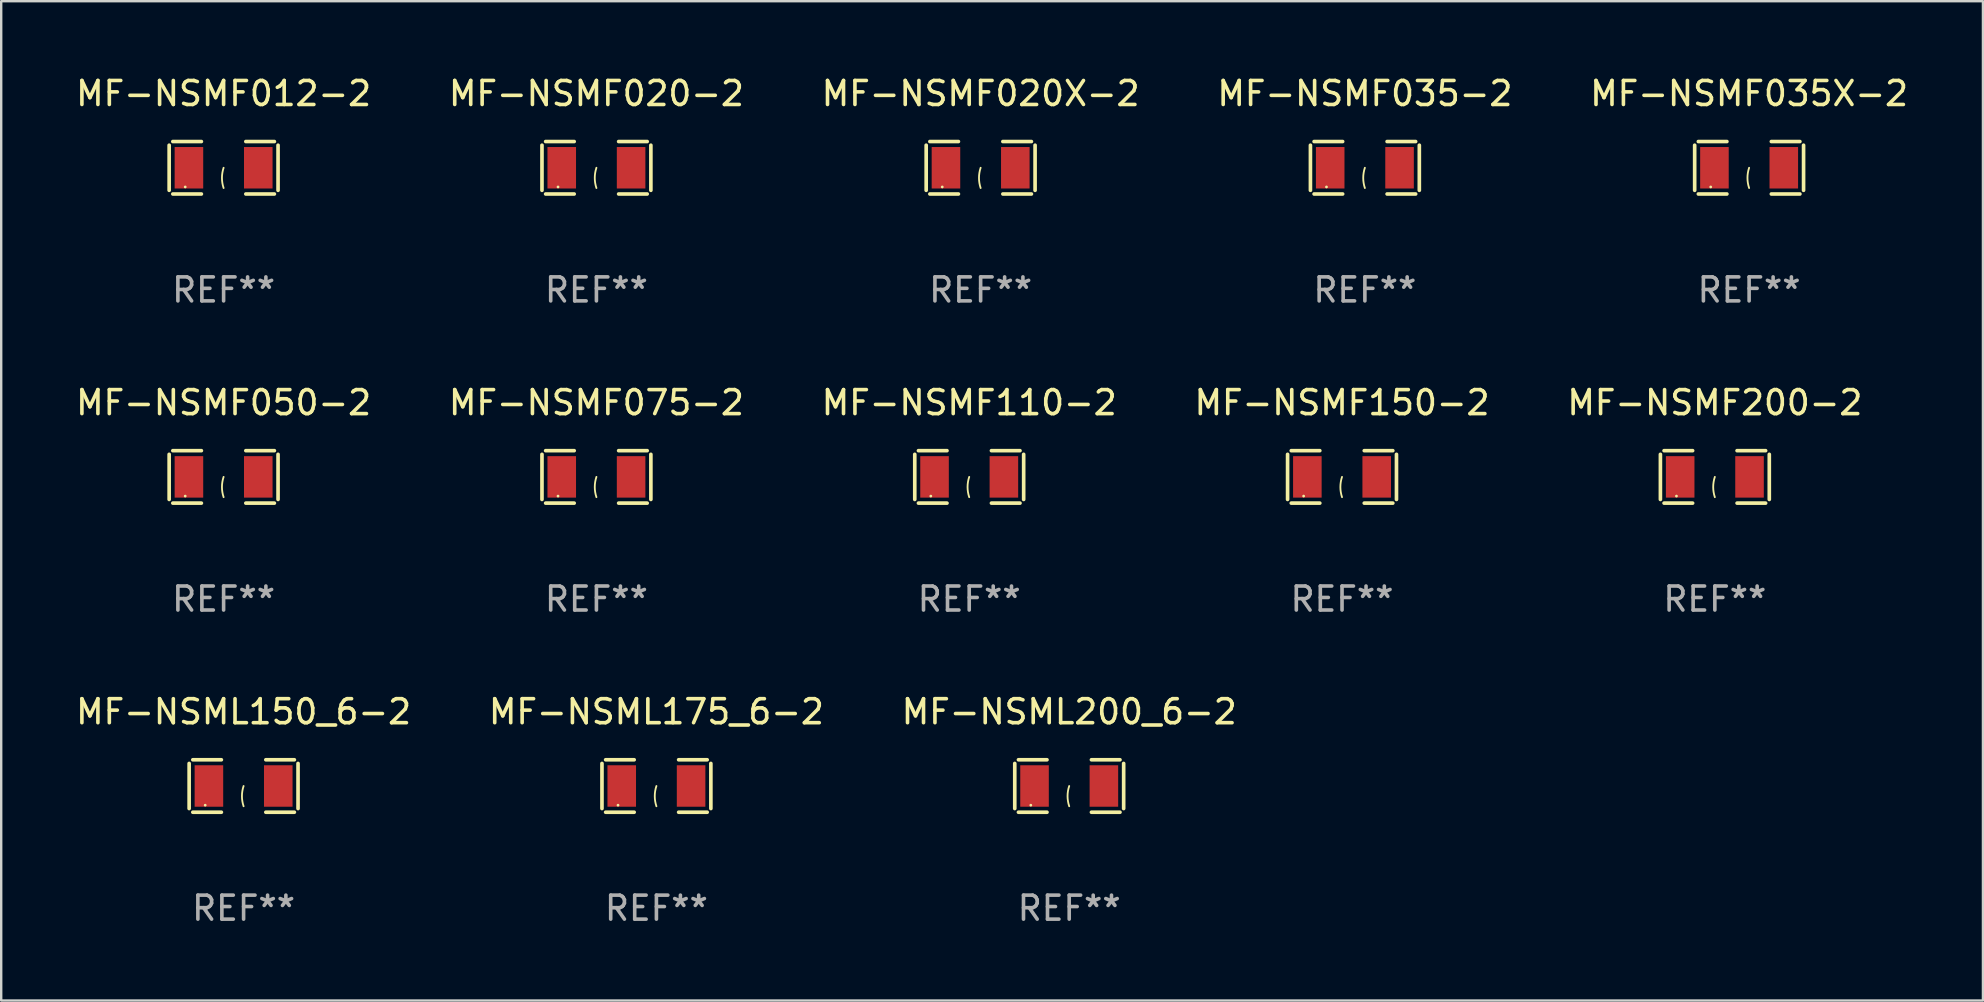
<source format=kicad_pcb>
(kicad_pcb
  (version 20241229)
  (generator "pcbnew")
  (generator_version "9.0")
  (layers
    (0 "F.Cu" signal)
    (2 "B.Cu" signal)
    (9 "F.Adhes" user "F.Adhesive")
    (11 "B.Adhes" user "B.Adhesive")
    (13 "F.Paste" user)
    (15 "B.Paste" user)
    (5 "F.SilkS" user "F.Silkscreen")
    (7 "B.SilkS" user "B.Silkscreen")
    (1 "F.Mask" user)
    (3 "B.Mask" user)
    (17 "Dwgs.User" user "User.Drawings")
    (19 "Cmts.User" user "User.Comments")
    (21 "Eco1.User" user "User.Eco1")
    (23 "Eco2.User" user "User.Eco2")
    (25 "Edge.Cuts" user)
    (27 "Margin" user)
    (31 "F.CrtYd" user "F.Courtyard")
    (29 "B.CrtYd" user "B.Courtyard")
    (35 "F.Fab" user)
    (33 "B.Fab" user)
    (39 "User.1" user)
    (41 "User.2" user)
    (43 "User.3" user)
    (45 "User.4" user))
  (footprint "MF-NSML200_6-2"
    (layer "F.Cu")
    (at 41.506 29.704)
    (property "Reference" "MF-NSML200_6-2" (at 0 -3.093 0) (layer "F.SilkS") (effects (font (size 1 1) (thickness 0.15))))
    (attr through_hole)
    (fp_line (start -2.269 -0.94) (end -2.269 0.94) (stroke (width 0.152) (type solid)) (layer "F.SilkS"))
    (fp_line (start -2.116 1.093) (end -0.926 1.093) (stroke (width 0.152) (type solid)) (layer "F.SilkS"))
    (fp_line (start -0.926 -1.093) (end -2.116 -1.093) (stroke (width 0.152) (type solid)) (layer "F.SilkS"))
    (fp_line (start 0.926 -1.093) (end 2.116 -1.093) (stroke (width 0.152) (type solid)) (layer "F.SilkS"))
    (fp_line (start 2.116 1.093) (end 0.926 1.093) (stroke (width 0.152) (type solid)) (layer "F.SilkS"))
    (fp_line (start 2.269 -0.94) (end 2.269 0.94) (stroke (width 0.152) (type solid)) (layer "F.SilkS"))
    (fp_arc (start 0 0.844951) (mid -0.068559 0.422475) (end 0 0) (stroke (width 0.0762) (type solid)) (layer "F.SilkS"))
    (fp_circle (center -1.6 0.8) (end -1.57 0.8) (stroke (width 0.06) (type solid)) (fill no) (layer "F.SilkS"))
    (fp_text user "REF**" (at 0 5.093 0) (layer "F.Fab") (effects (font (size 1 1) (thickness 0.15))))
    (pad "1" smd rect (at -1.445 0) (size 1.19 1.728) (layers "F.Cu" "F.Mask" "F.Paste"))
    (pad "2" smd rect (at 1.445 0) (size 1.19 1.728) (layers "F.Cu" "F.Mask" "F.Paste")))
  (footprint "MF-NSMF012-2"
    (layer "F.Cu")
    (at 6.268 3.941)
    (property "Reference" "MF-NSMF012-2" (at 0 -3.093 0) (layer "F.SilkS") (effects (font (size 1 1) (thickness 0.15))))
    (attr through_hole)
    (fp_line (start -2.269 -0.94) (end -2.269 0.94) (stroke (width 0.152) (type solid)) (layer "F.SilkS"))
    (fp_line (start -2.116 1.093) (end -0.926 1.093) (stroke (width 0.152) (type solid)) (layer "F.SilkS"))
    (fp_line (start -0.926 -1.093) (end -2.116 -1.093) (stroke (width 0.152) (type solid)) (layer "F.SilkS"))
    (fp_line (start 0.926 -1.093) (end 2.116 -1.093) (stroke (width 0.152) (type solid)) (layer "F.SilkS"))
    (fp_line (start 2.116 1.093) (end 0.926 1.093) (stroke (width 0.152) (type solid)) (layer "F.SilkS"))
    (fp_line (start 2.269 -0.94) (end 2.269 0.94) (stroke (width 0.152) (type solid)) (layer "F.SilkS"))
    (fp_arc (start 0 0.844951) (mid -0.068559 0.422475) (end 0 0) (stroke (width 0.0762) (type solid)) (layer "F.SilkS"))
    (fp_circle (center -1.6 0.8) (end -1.57 0.8) (stroke (width 0.06) (type solid)) (fill no) (layer "F.SilkS"))
    (fp_text user "REF**" (at 0 5.093 0) (layer "F.Fab") (effects (font (size 1 1) (thickness 0.15))))
    (pad "1" smd rect (at -1.445 0) (size 1.19 1.728) (layers "F.Cu" "F.Mask" "F.Paste"))
    (pad "2" smd rect (at 1.445 0) (size 1.19 1.728) (layers "F.Cu" "F.Mask" "F.Paste")))
  (footprint "MF-NSMF020X-2"
    (layer "F.Cu")
    (at 37.815 3.941)
    (property "Reference" "MF-NSMF020X-2" (at 0 -3.093 0) (layer "F.SilkS") (effects (font (size 1 1) (thickness 0.15))))
    (attr through_hole)
    (fp_line (start -2.269 -0.94) (end -2.269 0.94) (stroke (width 0.152) (type solid)) (layer "F.SilkS"))
    (fp_line (start -2.116 1.093) (end -0.926 1.093) (stroke (width 0.152) (type solid)) (layer "F.SilkS"))
    (fp_line (start -0.926 -1.093) (end -2.116 -1.093) (stroke (width 0.152) (type solid)) (layer "F.SilkS"))
    (fp_line (start 0.926 -1.093) (end 2.116 -1.093) (stroke (width 0.152) (type solid)) (layer "F.SilkS"))
    (fp_line (start 2.116 1.093) (end 0.926 1.093) (stroke (width 0.152) (type solid)) (layer "F.SilkS"))
    (fp_line (start 2.269 -0.94) (end 2.269 0.94) (stroke (width 0.152) (type solid)) (layer "F.SilkS"))
    (fp_arc (start 0 0.844951) (mid -0.068559 0.422475) (end 0 0) (stroke (width 0.0762) (type solid)) (layer "F.SilkS"))
    (fp_circle (center -1.6 0.8) (end -1.57 0.8) (stroke (width 0.06) (type solid)) (fill no) (layer "F.SilkS"))
    (fp_text user "REF**" (at 0 5.093 0) (layer "F.Fab") (effects (font (size 1 1) (thickness 0.15))))
    (pad "1" smd rect (at -1.445 0) (size 1.19 1.728) (layers "F.Cu" "F.Mask" "F.Paste"))
    (pad "2" smd rect (at 1.445 0) (size 1.19 1.728) (layers "F.Cu" "F.Mask" "F.Paste")))
  (footprint "MF-NSML175_6-2"
    (layer "F.Cu")
    (at 24.304 29.704)
    (property "Reference" "MF-NSML175_6-2" (at 0 -3.093 0) (layer "F.SilkS") (effects (font (size 1 1) (thickness 0.15))))
    (attr through_hole)
    (fp_line (start -2.269 -0.94) (end -2.269 0.94) (stroke (width 0.152) (type solid)) (layer "F.SilkS"))
    (fp_line (start -2.116 1.093) (end -0.926 1.093) (stroke (width 0.152) (type solid)) (layer "F.SilkS"))
    (fp_line (start -0.926 -1.093) (end -2.116 -1.093) (stroke (width 0.152) (type solid)) (layer "F.SilkS"))
    (fp_line (start 0.926 -1.093) (end 2.116 -1.093) (stroke (width 0.152) (type solid)) (layer "F.SilkS"))
    (fp_line (start 2.116 1.093) (end 0.926 1.093) (stroke (width 0.152) (type solid)) (layer "F.SilkS"))
    (fp_line (start 2.269 -0.94) (end 2.269 0.94) (stroke (width 0.152) (type solid)) (layer "F.SilkS"))
    (fp_arc (start 0 0.844951) (mid -0.068559 0.422475) (end 0 0) (stroke (width 0.0762) (type solid)) (layer "F.SilkS"))
    (fp_circle (center -1.6 0.8) (end -1.57 0.8) (stroke (width 0.06) (type solid)) (fill no) (layer "F.SilkS"))
    (fp_text user "REF**" (at 0 5.093 0) (layer "F.Fab") (effects (font (size 1 1) (thickness 0.15))))
    (pad "1" smd rect (at -1.445 0) (size 1.19 1.728) (layers "F.Cu" "F.Mask" "F.Paste"))
    (pad "2" smd rect (at 1.445 0) (size 1.19 1.728) (layers "F.Cu" "F.Mask" "F.Paste")))
  (footprint "MF-NSMF035X-2"
    (layer "F.Cu")
    (at 69.839 3.941)
    (property "Reference" "MF-NSMF035X-2" (at 0 -3.093 0) (layer "F.SilkS") (effects (font (size 1 1) (thickness 0.15))))
    (attr through_hole)
    (fp_line (start -2.269 -0.94) (end -2.269 0.94) (stroke (width 0.152) (type solid)) (layer "F.SilkS"))
    (fp_line (start -2.116 1.093) (end -0.926 1.093) (stroke (width 0.152) (type solid)) (layer "F.SilkS"))
    (fp_line (start -0.926 -1.093) (end -2.116 -1.093) (stroke (width 0.152) (type solid)) (layer "F.SilkS"))
    (fp_line (start 0.926 -1.093) (end 2.116 -1.093) (stroke (width 0.152) (type solid)) (layer "F.SilkS"))
    (fp_line (start 2.116 1.093) (end 0.926 1.093) (stroke (width 0.152) (type solid)) (layer "F.SilkS"))
    (fp_line (start 2.269 -0.94) (end 2.269 0.94) (stroke (width 0.152) (type solid)) (layer "F.SilkS"))
    (fp_arc (start 0 0.844951) (mid -0.068559 0.422475) (end 0 0) (stroke (width 0.0762) (type solid)) (layer "F.SilkS"))
    (fp_circle (center -1.6 0.8) (end -1.57 0.8) (stroke (width 0.06) (type solid)) (fill no) (layer "F.SilkS"))
    (fp_text user "REF**" (at 0 5.093 0) (layer "F.Fab") (effects (font (size 1 1) (thickness 0.15))))
    (pad "1" smd rect (at -1.445 0) (size 1.19 1.728) (layers "F.Cu" "F.Mask" "F.Paste"))
    (pad "2" smd rect (at 1.445 0) (size 1.19 1.728) (layers "F.Cu" "F.Mask" "F.Paste")))
  (footprint "MF-NSMF200-2"
    (layer "F.Cu")
    (at 68.411 16.823)
    (property "Reference" "MF-NSMF200-2" (at 0 -3.093 0) (layer "F.SilkS") (effects (font (size 1 1) (thickness 0.15))))
    (attr through_hole)
    (fp_line (start -2.269 -0.94) (end -2.269 0.94) (stroke (width 0.152) (type solid)) (layer "F.SilkS"))
    (fp_line (start -2.116 1.093) (end -0.926 1.093) (stroke (width 0.152) (type solid)) (layer "F.SilkS"))
    (fp_line (start -0.926 -1.093) (end -2.116 -1.093) (stroke (width 0.152) (type solid)) (layer "F.SilkS"))
    (fp_line (start 0.926 -1.093) (end 2.116 -1.093) (stroke (width 0.152) (type solid)) (layer "F.SilkS"))
    (fp_line (start 2.116 1.093) (end 0.926 1.093) (stroke (width 0.152) (type solid)) (layer "F.SilkS"))
    (fp_line (start 2.269 -0.94) (end 2.269 0.94) (stroke (width 0.152) (type solid)) (layer "F.SilkS"))
    (fp_arc (start 0 0.844951) (mid -0.068559 0.422475) (end 0 0) (stroke (width 0.0762) (type solid)) (layer "F.SilkS"))
    (fp_circle (center -1.6 0.8) (end -1.57 0.8) (stroke (width 0.06) (type solid)) (fill no) (layer "F.SilkS"))
    (fp_text user "REF**" (at 0 5.093 0) (layer "F.Fab") (effects (font (size 1 1) (thickness 0.15))))
    (pad "1" smd rect (at -1.445 0) (size 1.19 1.728) (layers "F.Cu" "F.Mask" "F.Paste"))
    (pad "2" smd rect (at 1.445 0) (size 1.19 1.728) (layers "F.Cu" "F.Mask" "F.Paste")))
  (footprint "MF-NSML150_6-2"
    (layer "F.Cu")
    (at 7.101 29.704)
    (property "Reference" "MF-NSML150_6-2" (at 0 -3.093 0) (layer "F.SilkS") (effects (font (size 1 1) (thickness 0.15))))
    (attr through_hole)
    (fp_line (start -2.269 -0.94) (end -2.269 0.94) (stroke (width 0.152) (type solid)) (layer "F.SilkS"))
    (fp_line (start -2.116 1.093) (end -0.926 1.093) (stroke (width 0.152) (type solid)) (layer "F.SilkS"))
    (fp_line (start -0.926 -1.093) (end -2.116 -1.093) (stroke (width 0.152) (type solid)) (layer "F.SilkS"))
    (fp_line (start 0.926 -1.093) (end 2.116 -1.093) (stroke (width 0.152) (type solid)) (layer "F.SilkS"))
    (fp_line (start 2.116 1.093) (end 0.926 1.093) (stroke (width 0.152) (type solid)) (layer "F.SilkS"))
    (fp_line (start 2.269 -0.94) (end 2.269 0.94) (stroke (width 0.152) (type solid)) (layer "F.SilkS"))
    (fp_arc (start 0 0.844951) (mid -0.068559 0.422475) (end 0 0) (stroke (width 0.0762) (type solid)) (layer "F.SilkS"))
    (fp_circle (center -1.6 0.8) (end -1.57 0.8) (stroke (width 0.06) (type solid)) (fill no) (layer "F.SilkS"))
    (fp_text user "REF**" (at 0 5.093 0) (layer "F.Fab") (effects (font (size 1 1) (thickness 0.15))))
    (pad "1" smd rect (at -1.445 0) (size 1.19 1.728) (layers "F.Cu" "F.Mask" "F.Paste"))
    (pad "2" smd rect (at 1.445 0) (size 1.19 1.728) (layers "F.Cu" "F.Mask" "F.Paste")))
  (footprint "MF-NSMF075-2"
    (layer "F.Cu")
    (at 21.804 16.823)
    (property "Reference" "MF-NSMF075-2" (at 0 -3.093 0) (layer "F.SilkS") (effects (font (size 1 1) (thickness 0.15))))
    (attr through_hole)
    (fp_line (start -2.269 -0.94) (end -2.269 0.94) (stroke (width 0.152) (type solid)) (layer "F.SilkS"))
    (fp_line (start -2.116 1.093) (end -0.926 1.093) (stroke (width 0.152) (type solid)) (layer "F.SilkS"))
    (fp_line (start -0.926 -1.093) (end -2.116 -1.093) (stroke (width 0.152) (type solid)) (layer "F.SilkS"))
    (fp_line (start 0.926 -1.093) (end 2.116 -1.093) (stroke (width 0.152) (type solid)) (layer "F.SilkS"))
    (fp_line (start 2.116 1.093) (end 0.926 1.093) (stroke (width 0.152) (type solid)) (layer "F.SilkS"))
    (fp_line (start 2.269 -0.94) (end 2.269 0.94) (stroke (width 0.152) (type solid)) (layer "F.SilkS"))
    (fp_arc (start 0 0.844951) (mid -0.068559 0.422475) (end 0 0) (stroke (width 0.0762) (type solid)) (layer "F.SilkS"))
    (fp_circle (center -1.6 0.8) (end -1.57 0.8) (stroke (width 0.06) (type solid)) (fill no) (layer "F.SilkS"))
    (fp_text user "REF**" (at 0 5.093 0) (layer "F.Fab") (effects (font (size 1 1) (thickness 0.15))))
    (pad "1" smd rect (at -1.445 0) (size 1.19 1.728) (layers "F.Cu" "F.Mask" "F.Paste"))
    (pad "2" smd rect (at 1.445 0) (size 1.19 1.728) (layers "F.Cu" "F.Mask" "F.Paste")))
  (footprint "MF-NSMF035-2"
    (layer "F.Cu")
    (at 53.827 3.941)
    (property "Reference" "MF-NSMF035-2" (at 0 -3.093 0) (layer "F.SilkS") (effects (font (size 1 1) (thickness 0.15))))
    (attr through_hole)
    (fp_line (start -2.269 -0.94) (end -2.269 0.94) (stroke (width 0.152) (type solid)) (layer "F.SilkS"))
    (fp_line (start -2.116 1.093) (end -0.926 1.093) (stroke (width 0.152) (type solid)) (layer "F.SilkS"))
    (fp_line (start -0.926 -1.093) (end -2.116 -1.093) (stroke (width 0.152) (type solid)) (layer "F.SilkS"))
    (fp_line (start 0.926 -1.093) (end 2.116 -1.093) (stroke (width 0.152) (type solid)) (layer "F.SilkS"))
    (fp_line (start 2.116 1.093) (end 0.926 1.093) (stroke (width 0.152) (type solid)) (layer "F.SilkS"))
    (fp_line (start 2.269 -0.94) (end 2.269 0.94) (stroke (width 0.152) (type solid)) (layer "F.SilkS"))
    (fp_arc (start 0 0.844951) (mid -0.068559 0.422475) (end 0 0) (stroke (width 0.0762) (type solid)) (layer "F.SilkS"))
    (fp_circle (center -1.6 0.8) (end -1.57 0.8) (stroke (width 0.06) (type solid)) (fill no) (layer "F.SilkS"))
    (fp_text user "REF**" (at 0 5.093 0) (layer "F.Fab") (effects (font (size 1 1) (thickness 0.15))))
    (pad "1" smd rect (at -1.445 0) (size 1.19 1.728) (layers "F.Cu" "F.Mask" "F.Paste"))
    (pad "2" smd rect (at 1.445 0) (size 1.19 1.728) (layers "F.Cu" "F.Mask" "F.Paste")))
  (footprint "MF-NSMF110-2"
    (layer "F.Cu")
    (at 37.339 16.823)
    (property "Reference" "MF-NSMF110-2" (at 0 -3.093 0) (layer "F.SilkS") (effects (font (size 1 1) (thickness 0.15))))
    (attr through_hole)
    (fp_line (start -2.269 -0.94) (end -2.269 0.94) (stroke (width 0.152) (type solid)) (layer "F.SilkS"))
    (fp_line (start -2.116 1.093) (end -0.926 1.093) (stroke (width 0.152) (type solid)) (layer "F.SilkS"))
    (fp_line (start -0.926 -1.093) (end -2.116 -1.093) (stroke (width 0.152) (type solid)) (layer "F.SilkS"))
    (fp_line (start 0.926 -1.093) (end 2.116 -1.093) (stroke (width 0.152) (type solid)) (layer "F.SilkS"))
    (fp_line (start 2.116 1.093) (end 0.926 1.093) (stroke (width 0.152) (type solid)) (layer "F.SilkS"))
    (fp_line (start 2.269 -0.94) (end 2.269 0.94) (stroke (width 0.152) (type solid)) (layer "F.SilkS"))
    (fp_arc (start 0 0.844951) (mid -0.068559 0.422475) (end 0 0) (stroke (width 0.0762) (type solid)) (layer "F.SilkS"))
    (fp_circle (center -1.6 0.8) (end -1.57 0.8) (stroke (width 0.06) (type solid)) (fill no) (layer "F.SilkS"))
    (fp_text user "REF**" (at 0 5.093 0) (layer "F.Fab") (effects (font (size 1 1) (thickness 0.15))))
    (pad "1" smd rect (at -1.445 0) (size 1.19 1.728) (layers "F.Cu" "F.Mask" "F.Paste"))
    (pad "2" smd rect (at 1.445 0) (size 1.19 1.728) (layers "F.Cu" "F.Mask" "F.Paste")))
  (footprint "MF-NSMF020-2"
    (layer "F.Cu")
    (at 21.804 3.941)
    (property "Reference" "MF-NSMF020-2" (at 0 -3.093 0) (layer "F.SilkS") (effects (font (size 1 1) (thickness 0.15))))
    (attr through_hole)
    (fp_line (start -2.269 -0.94) (end -2.269 0.94) (stroke (width 0.152) (type solid)) (layer "F.SilkS"))
    (fp_line (start -2.116 1.093) (end -0.926 1.093) (stroke (width 0.152) (type solid)) (layer "F.SilkS"))
    (fp_line (start -0.926 -1.093) (end -2.116 -1.093) (stroke (width 0.152) (type solid)) (layer "F.SilkS"))
    (fp_line (start 0.926 -1.093) (end 2.116 -1.093) (stroke (width 0.152) (type solid)) (layer "F.SilkS"))
    (fp_line (start 2.116 1.093) (end 0.926 1.093) (stroke (width 0.152) (type solid)) (layer "F.SilkS"))
    (fp_line (start 2.269 -0.94) (end 2.269 0.94) (stroke (width 0.152) (type solid)) (layer "F.SilkS"))
    (fp_arc (start 0 0.844951) (mid -0.068559 0.422475) (end 0 0) (stroke (width 0.0762) (type solid)) (layer "F.SilkS"))
    (fp_circle (center -1.6 0.8) (end -1.57 0.8) (stroke (width 0.06) (type solid)) (fill no) (layer "F.SilkS"))
    (fp_text user "REF**" (at 0 5.093 0) (layer "F.Fab") (effects (font (size 1 1) (thickness 0.15))))
    (pad "1" smd rect (at -1.445 0) (size 1.19 1.728) (layers "F.Cu" "F.Mask" "F.Paste"))
    (pad "2" smd rect (at 1.445 0) (size 1.19 1.728) (layers "F.Cu" "F.Mask" "F.Paste")))
  (footprint "MF-NSMF050-2"
    (layer "F.Cu")
    (at 6.268 16.823)
    (property "Reference" "MF-NSMF050-2" (at 0 -3.093 0) (layer "F.SilkS") (effects (font (size 1 1) (thickness 0.15))))
    (attr through_hole)
    (fp_line (start -2.269 -0.94) (end -2.269 0.94) (stroke (width 0.152) (type solid)) (layer "F.SilkS"))
    (fp_line (start -2.116 1.093) (end -0.926 1.093) (stroke (width 0.152) (type solid)) (layer "F.SilkS"))
    (fp_line (start -0.926 -1.093) (end -2.116 -1.093) (stroke (width 0.152) (type solid)) (layer "F.SilkS"))
    (fp_line (start 0.926 -1.093) (end 2.116 -1.093) (stroke (width 0.152) (type solid)) (layer "F.SilkS"))
    (fp_line (start 2.116 1.093) (end 0.926 1.093) (stroke (width 0.152) (type solid)) (layer "F.SilkS"))
    (fp_line (start 2.269 -0.94) (end 2.269 0.94) (stroke (width 0.152) (type solid)) (layer "F.SilkS"))
    (fp_arc (start 0 0.844951) (mid -0.068559 0.422475) (end 0 0) (stroke (width 0.0762) (type solid)) (layer "F.SilkS"))
    (fp_circle (center -1.6 0.8) (end -1.57 0.8) (stroke (width 0.06) (type solid)) (fill no) (layer "F.SilkS"))
    (fp_text user "REF**" (at 0 5.093 0) (layer "F.Fab") (effects (font (size 1 1) (thickness 0.15))))
    (pad "1" smd rect (at -1.445 0) (size 1.19 1.728) (layers "F.Cu" "F.Mask" "F.Paste"))
    (pad "2" smd rect (at 1.445 0) (size 1.19 1.728) (layers "F.Cu" "F.Mask" "F.Paste")))
  (footprint "MF-NSMF150-2"
    (layer "F.Cu")
    (at 52.875 16.823)
    (property "Reference" "MF-NSMF150-2" (at 0 -3.093 0) (layer "F.SilkS") (effects (font (size 1 1) (thickness 0.15))))
    (attr through_hole)
    (fp_line (start -2.269 -0.94) (end -2.269 0.94) (stroke (width 0.152) (type solid)) (layer "F.SilkS"))
    (fp_line (start -2.116 1.093) (end -0.926 1.093) (stroke (width 0.152) (type solid)) (layer "F.SilkS"))
    (fp_line (start -0.926 -1.093) (end -2.116 -1.093) (stroke (width 0.152) (type solid)) (layer "F.SilkS"))
    (fp_line (start 0.926 -1.093) (end 2.116 -1.093) (stroke (width 0.152) (type solid)) (layer "F.SilkS"))
    (fp_line (start 2.116 1.093) (end 0.926 1.093) (stroke (width 0.152) (type solid)) (layer "F.SilkS"))
    (fp_line (start 2.269 -0.94) (end 2.269 0.94) (stroke (width 0.152) (type solid)) (layer "F.SilkS"))
    (fp_arc (start 0 0.844951) (mid -0.068559 0.422475) (end 0 0) (stroke (width 0.0762) (type solid)) (layer "F.SilkS"))
    (fp_circle (center -1.6 0.8) (end -1.57 0.8) (stroke (width 0.06) (type solid)) (fill no) (layer "F.SilkS"))
    (fp_text user "REF**" (at 0 5.093 0) (layer "F.Fab") (effects (font (size 1 1) (thickness 0.15))))
    (pad "1" smd rect (at -1.445 0) (size 1.19 1.728) (layers "F.Cu" "F.Mask" "F.Paste"))
    (pad "2" smd rect (at 1.445 0) (size 1.19 1.728) (layers "F.Cu" "F.Mask" "F.Paste")))
  (gr_rect
    (start -3 -3)
    (end 79.583 38.645)
    (stroke (width 0.1) (type default))
    (fill no)
    (layer "Edge.Cuts")))
</source>
